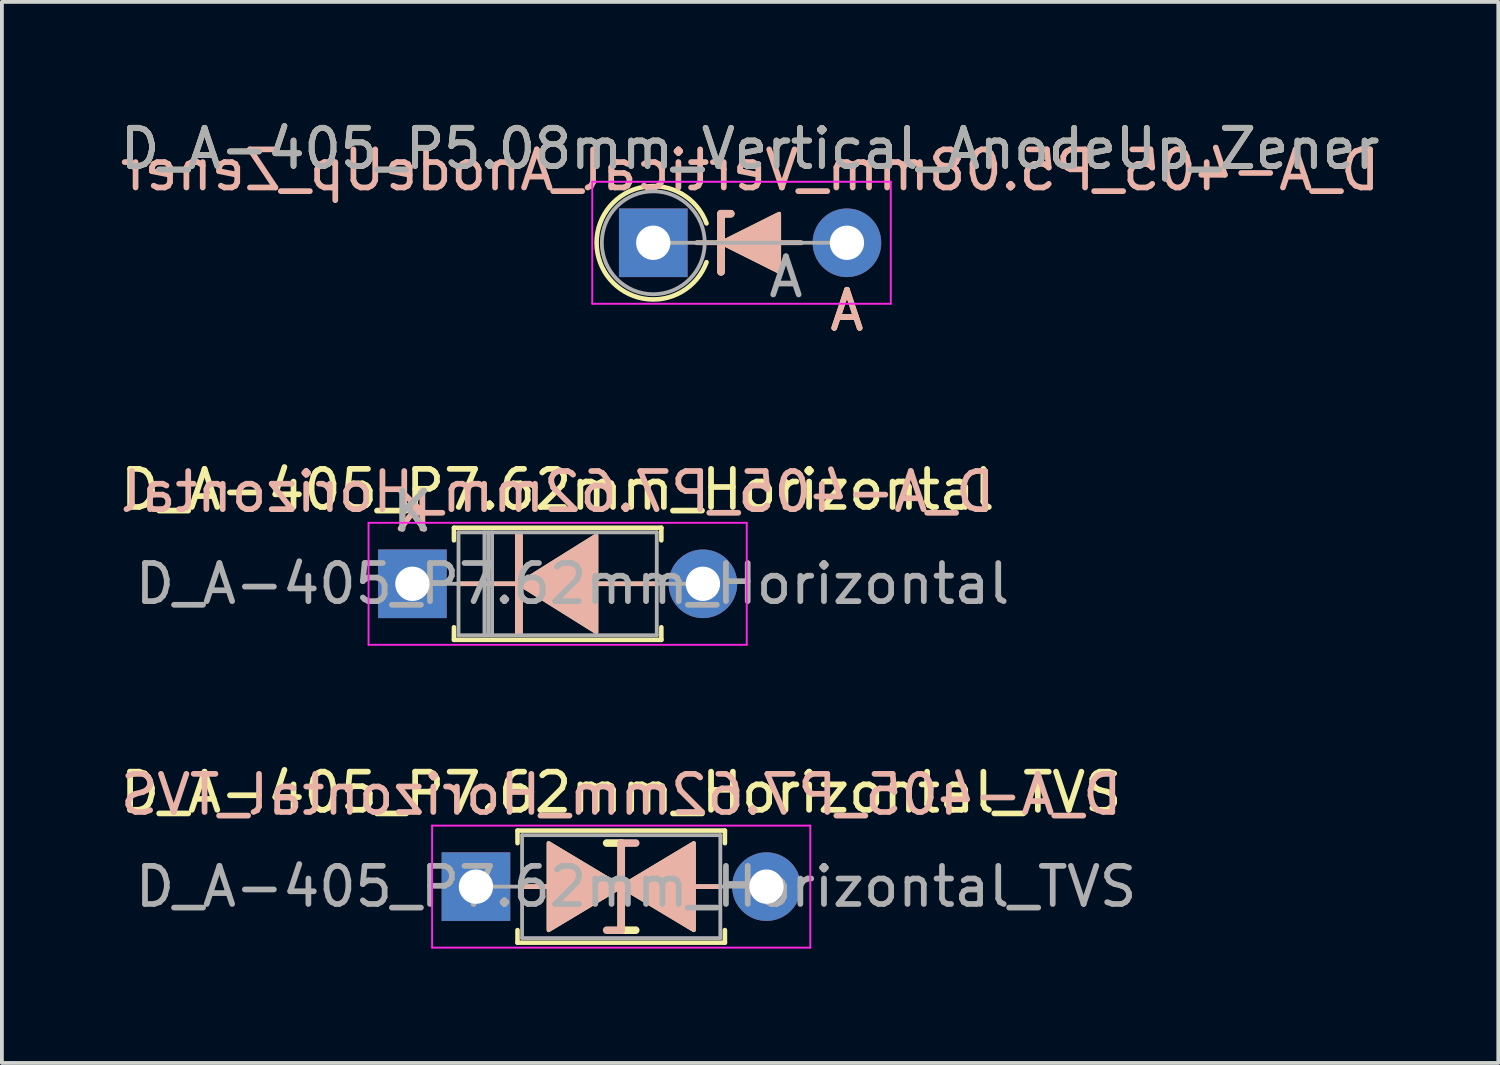
<source format=kicad_pcb>
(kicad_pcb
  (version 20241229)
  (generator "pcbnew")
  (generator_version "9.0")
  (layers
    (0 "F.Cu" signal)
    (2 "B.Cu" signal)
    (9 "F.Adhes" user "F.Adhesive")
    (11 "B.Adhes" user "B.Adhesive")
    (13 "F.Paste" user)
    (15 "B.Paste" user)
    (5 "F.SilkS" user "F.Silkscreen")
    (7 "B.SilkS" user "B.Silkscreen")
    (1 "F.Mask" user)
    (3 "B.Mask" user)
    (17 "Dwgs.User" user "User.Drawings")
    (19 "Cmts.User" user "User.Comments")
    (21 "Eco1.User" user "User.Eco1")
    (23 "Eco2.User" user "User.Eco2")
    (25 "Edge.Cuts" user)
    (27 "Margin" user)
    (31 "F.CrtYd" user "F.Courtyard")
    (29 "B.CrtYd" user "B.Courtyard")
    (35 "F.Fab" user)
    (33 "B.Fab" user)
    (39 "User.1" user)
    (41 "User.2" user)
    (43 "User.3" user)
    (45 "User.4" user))
  (footprint "D_A-405_P7.62mm_Horizontal_TVS"
    (layer "F.Cu")
    (at 9.434 20.206)
    (property "Reference" "D_A-405_P7.62mm_Horizontal_TVS" (at 3.81 -2.47 0) (layer "F.SilkS") (effects (font (size 1 1) (thickness 0.15))))
    (fp_line (start 1.09 -1.47) (end 6.53 -1.47) (stroke (width 0.12) (type solid)) (layer "F.SilkS"))
    (fp_line (start 1.09 -1.14) (end 1.09 -1.47) (stroke (width 0.12) (type solid)) (layer "F.SilkS"))
    (fp_line (start 1.09 1.14) (end 1.09 1.47) (stroke (width 0.12) (type solid)) (layer "F.SilkS"))
    (fp_line (start 1.09 1.47) (end 6.53 1.47) (stroke (width 0.12) (type solid)) (layer "F.SilkS"))
    (fp_line (start 1.27 0) (end 1.905 0) (stroke (width 0.12) (type solid)) (layer "F.SilkS"))
    (fp_line (start 3.81 -1.143) (end 3.429 -1.143) (stroke (width 0.2) (type solid)) (layer "F.SilkS"))
    (fp_line (start 3.81 1.143) (end 3.81 -1.143) (stroke (width 0.2) (type solid)) (layer "F.SilkS"))
    (fp_line (start 4.191 1.143) (end 3.81 1.143) (stroke (width 0.2) (type solid)) (layer "F.SilkS"))
    (fp_line (start 6.35 0) (end 5.715 0) (stroke (width 0.12) (type solid)) (layer "F.SilkS"))
    (fp_line (start 6.53 -1.47) (end 6.53 -1.14) (stroke (width 0.12) (type solid)) (layer "F.SilkS"))
    (fp_line (start 6.53 1.47) (end 6.53 1.14) (stroke (width 0.12) (type solid)) (layer "F.SilkS"))
    (fp_poly (pts (xy 3.81 0) (xy 1.905 1.143) (xy 1.905 -1.143)) (stroke (width 0.1) (type solid)) (fill yes) (layer "F.SilkS"))
    (fp_poly (pts (xy 3.81 0) (xy 5.715 -1.143) (xy 5.715 1.143)) (stroke (width 0.1) (type solid)) (fill yes) (layer "F.SilkS"))
    (fp_line (start 1.27 0) (end 1.905 0) (stroke (width 0.12) (type solid)) (layer "B.SilkS"))
    (fp_line (start 3.81 -1.143) (end 3.81 1.143) (stroke (width 0.2) (type solid)) (layer "B.SilkS"))
    (fp_line (start 3.81 1.143) (end 3.429 1.143) (stroke (width 0.2) (type solid)) (layer "B.SilkS"))
    (fp_line (start 4.191 -1.143) (end 3.81 -1.143) (stroke (width 0.2) (type solid)) (layer "B.SilkS"))
    (fp_line (start 6.35 0) (end 5.715 0) (stroke (width 0.12) (type solid)) (layer "B.SilkS"))
    (fp_poly (pts (xy 3.81 0) (xy 1.905 -1.143) (xy 1.905 1.143)) (stroke (width 0.1) (type solid)) (fill yes) (layer "B.SilkS"))
    (fp_poly (pts (xy 3.81 0) (xy 5.715 1.143) (xy 5.715 -1.143)) (stroke (width 0.1) (type solid)) (fill yes) (layer "B.SilkS"))
    (fp_line (start -1.15 -1.6) (end -1.15 1.6) (stroke (width 0.05) (type solid)) (layer "F.CrtYd"))
    (fp_line (start -1.15 1.6) (end 8.77 1.6) (stroke (width 0.05) (type solid)) (layer "F.CrtYd"))
    (fp_line (start 8.77 -1.6) (end -1.15 -1.6) (stroke (width 0.05) (type solid)) (layer "F.CrtYd"))
    (fp_line (start 8.77 1.6) (end 8.77 -1.6) (stroke (width 0.05) (type solid)) (layer "F.CrtYd"))
    (fp_line (start 0 0) (end 1.21 0) (stroke (width 0.1) (type solid)) (layer "F.Fab"))
    (fp_line (start 1.21 -1.35) (end 1.21 1.35) (stroke (width 0.1) (type solid)) (layer "F.Fab"))
    (fp_line (start 1.21 1.35) (end 6.41 1.35) (stroke (width 0.1) (type solid)) (layer "F.Fab"))
    (fp_line (start 6.41 -1.35) (end 1.21 -1.35) (stroke (width 0.1) (type solid)) (layer "F.Fab"))
    (fp_line (start 6.41 1.35) (end 6.41 -1.35) (stroke (width 0.1) (type solid)) (layer "F.Fab"))
    (fp_line (start 7.62 0) (end 6.41 0) (stroke (width 0.1) (type solid)) (layer "F.Fab"))
    (fp_text user "${REFERENCE}" (at 3.81 -2.413 0) (layer "B.SilkS") (effects (font (size 1 1) (thickness 0.15)) (justify mirror)))
    (fp_text user "${REFERENCE}" (at 4.2 0 0) (layer "F.Fab") (effects (font (size 1 1) (thickness 0.15))))
    (pad "1" thru_hole rect (at 0 0) (size 1.8 1.8) (drill 0.9) (layers "*.Cu" "*.Mask"))
    (pad "2" thru_hole oval (at 7.62 0) (size 1.8 1.8) (drill 0.9) (layers "*.Cu" "*.Mask")))
  (footprint "D_A-405_P5.08mm_Vertical_AnodeUp_Zener"
    (layer "F.Cu")
    (at 14.085 3.318)
    (property "Reference" "D_A-405_P5.08mm_Vertical_AnodeUp_Zener" (at 2.54 -2.47 0) (layer "F.SilkS") (effects (font (size 1 1) (thickness 0.15))))
    (fp_line (start 1.143 0) (end 3.88 0) (stroke (width 0.12) (type solid)) (layer "F.SilkS"))
    (fp_line (start 1.778 -0.762) (end 1.778 0.762) (stroke (width 0.2) (type solid)) (layer "F.SilkS"))
    (fp_line (start 1.778 -0.762) (end 2.032 -0.762) (stroke (width 0.2) (type solid)) (layer "F.SilkS"))
    (fp_arc (start 1.396999 0.508) (mid -1.486496 0) (end 1.396999 -0.507999) (stroke (width 0.12) (type solid)) (layer "F.SilkS"))
    (fp_poly (pts (xy 3.302 0.762) (xy 1.778 0) (xy 3.302 -0.762)) (stroke (width 0.1) (type solid)) (fill yes) (layer "F.SilkS"))
    (fp_line (start 1.143 0) (end 3.88 0) (stroke (width 0.12) (type solid)) (layer "B.SilkS"))
    (fp_line (start 1.778 -0.762) (end 2.032 -0.762) (stroke (width 0.2) (type solid)) (layer "B.SilkS"))
    (fp_line (start 1.778 0.762) (end 1.778 -0.762) (stroke (width 0.2) (type solid)) (layer "B.SilkS"))
    (fp_poly (pts (xy 3.302 -0.762) (xy 1.778 0) (xy 3.302 0.762)) (stroke (width 0.1) (type solid)) (fill yes) (layer "B.SilkS"))
    (fp_line (start -1.6 -1.6) (end -1.6 1.6) (stroke (width 0.05) (type solid)) (layer "F.CrtYd"))
    (fp_line (start -1.6 1.6) (end 6.23 1.6) (stroke (width 0.05) (type solid)) (layer "F.CrtYd"))
    (fp_line (start 6.23 -1.6) (end -1.6 -1.6) (stroke (width 0.05) (type solid)) (layer "F.CrtYd"))
    (fp_line (start 6.23 1.6) (end 6.23 -1.6) (stroke (width 0.05) (type solid)) (layer "F.CrtYd"))
    (fp_line (start 0 0) (end 5.08 0) (stroke (width 0.1) (type solid)) (layer "F.Fab"))
    (fp_circle (center 0 0) (end 1.35 0) (stroke (width 0.1) (type solid)) (fill no) (layer "F.Fab"))
    (fp_text user "A" (at 5.08 1.778 0) (layer "F.SilkS") (effects (font (size 1 1) (thickness 0.15))))
    (fp_text user "${REFERENCE}" (at 2.54 -1.905 0) (layer "B.SilkS") (effects (font (size 1 1) (thickness 0.15)) (justify mirror)))
    (fp_text user "A" (at 5.08 1.778 0) (layer "B.SilkS") (effects (font (size 1 1) (thickness 0.15)) (justify mirror)))
    (fp_text user "A" (at 3.48 0.9 0) (layer "F.Fab") (effects (font (size 1 1) (thickness 0.15))))
    (fp_text user "${REFERENCE}" (at 2.54 -2.47 0) (layer "F.Fab") (effects (font (size 1 1) (thickness 0.15))))
    (pad "1" thru_hole rect (at 0 0) (size 1.8 1.8) (drill 0.9) (layers "*.Cu" "*.Mask"))
    (pad "2" thru_hole oval (at 5.08 0) (size 1.8 1.8) (drill 0.9) (layers "*.Cu" "*.Mask")))
  (footprint "D_A-405_P7.62mm_Horizontal"
    (layer "F.Cu")
    (at 7.767 12.263)
    (property "Reference" "D_A-405_P7.62mm_Horizontal" (at 3.81 -2.47 0) (layer "F.SilkS") (effects (font (size 1 1) (thickness 0.15))))
    (fp_line (start 1.09 -1.47) (end 6.53 -1.47) (stroke (width 0.12) (type solid)) (layer "F.SilkS"))
    (fp_line (start 1.09 -1.14) (end 1.09 -1.47) (stroke (width 0.12) (type solid)) (layer "F.SilkS"))
    (fp_line (start 1.09 1.14) (end 1.09 1.47) (stroke (width 0.12) (type solid)) (layer "F.SilkS"))
    (fp_line (start 1.09 1.47) (end 6.53 1.47) (stroke (width 0.12) (type solid)) (layer "F.SilkS"))
    (fp_line (start 1.2 0) (end 2.794 0) (stroke (width 0.12) (type solid)) (layer "F.SilkS"))
    (fp_line (start 2.794 -1.27) (end 2.794 1.27) (stroke (width 0.2) (type solid)) (layer "F.SilkS"))
    (fp_line (start 6.4 0) (end 4.826 0) (stroke (width 0.12) (type solid)) (layer "F.SilkS"))
    (fp_line (start 6.53 -1.47) (end 6.53 -1.14) (stroke (width 0.12) (type solid)) (layer "F.SilkS"))
    (fp_line (start 6.53 1.47) (end 6.53 1.14) (stroke (width 0.12) (type solid)) (layer "F.SilkS"))
    (fp_poly (pts (xy 4.826 1.27) (xy 2.794 0) (xy 4.826 -1.27)) (stroke (width 0.1) (type solid)) (fill yes) (layer "F.SilkS"))
    (fp_line (start 1.2 0) (end 2.794 0) (stroke (width 0.12) (type solid)) (layer "B.SilkS"))
    (fp_line (start 2.794 1.27) (end 2.794 -1.27) (stroke (width 0.2) (type solid)) (layer "B.SilkS"))
    (fp_line (start 6.4 0) (end 4.826 0) (stroke (width 0.12) (type solid)) (layer "B.SilkS"))
    (fp_poly (pts (xy 4.826 -1.27) (xy 2.794 0) (xy 4.826 1.27)) (stroke (width 0.1) (type solid)) (fill yes) (layer "B.SilkS"))
    (fp_line (start -1.15 -1.6) (end -1.15 1.6) (stroke (width 0.05) (type solid)) (layer "F.CrtYd"))
    (fp_line (start -1.15 1.6) (end 8.77 1.6) (stroke (width 0.05) (type solid)) (layer "F.CrtYd"))
    (fp_line (start 8.77 -1.6) (end -1.15 -1.6) (stroke (width 0.05) (type solid)) (layer "F.CrtYd"))
    (fp_line (start 8.77 1.6) (end 8.77 -1.6) (stroke (width 0.05) (type solid)) (layer "F.CrtYd"))
    (fp_line (start 0 0) (end 1.21 0) (stroke (width 0.1) (type solid)) (layer "F.Fab"))
    (fp_line (start 1.21 -1.35) (end 1.21 1.35) (stroke (width 0.1) (type solid)) (layer "F.Fab"))
    (fp_line (start 1.21 1.35) (end 6.41 1.35) (stroke (width 0.1) (type solid)) (layer "F.Fab"))
    (fp_line (start 1.89 -1.35) (end 1.89 1.35) (stroke (width 0.1) (type solid)) (layer "F.Fab"))
    (fp_line (start 1.99 -1.35) (end 1.99 1.35) (stroke (width 0.1) (type solid)) (layer "F.Fab"))
    (fp_line (start 2.09 -1.35) (end 2.09 1.35) (stroke (width 0.1) (type solid)) (layer "F.Fab"))
    (fp_line (start 6.41 -1.35) (end 1.21 -1.35) (stroke (width 0.1) (type solid)) (layer "F.Fab"))
    (fp_line (start 6.41 1.35) (end 6.41 -1.35) (stroke (width 0.1) (type solid)) (layer "F.Fab"))
    (fp_line (start 7.62 0) (end 6.41 0) (stroke (width 0.1) (type solid)) (layer "F.Fab"))
    (fp_text user "K" (at 0 -1.9 0) (layer "F.SilkS") (effects (font (size 1 1) (thickness 0.15))))
    (fp_text user "${REFERENCE}" (at 3.81 -2.413 0) (layer "B.SilkS") (effects (font (size 1 1) (thickness 0.15)) (justify mirror)))
    (fp_text user "K" (at 0 -1.905 0) (layer "B.SilkS") (effects (font (size 1 1) (thickness 0.15)) (justify mirror)))
    (fp_text user "${REFERENCE}" (at 4.2 0 0) (layer "F.Fab") (effects (font (size 1 1) (thickness 0.15))))
    (fp_text user "K" (at 0 -1.9 0) (layer "F.Fab") (effects (font (size 1 1) (thickness 0.15))))
    (pad "1" thru_hole rect (at 0 0) (size 1.8 1.8) (drill 0.9) (layers "*.Cu" "*.Mask"))
    (pad "2" thru_hole oval (at 7.62 0) (size 1.8 1.8) (drill 0.9) (layers "*.Cu" "*.Mask")))
  (gr_rect
    (start -3 -3)
    (end 36.25 24.831)
    (stroke (width 0.1) (type default))
    (fill no)
    (layer "Edge.Cuts")))
</source>
